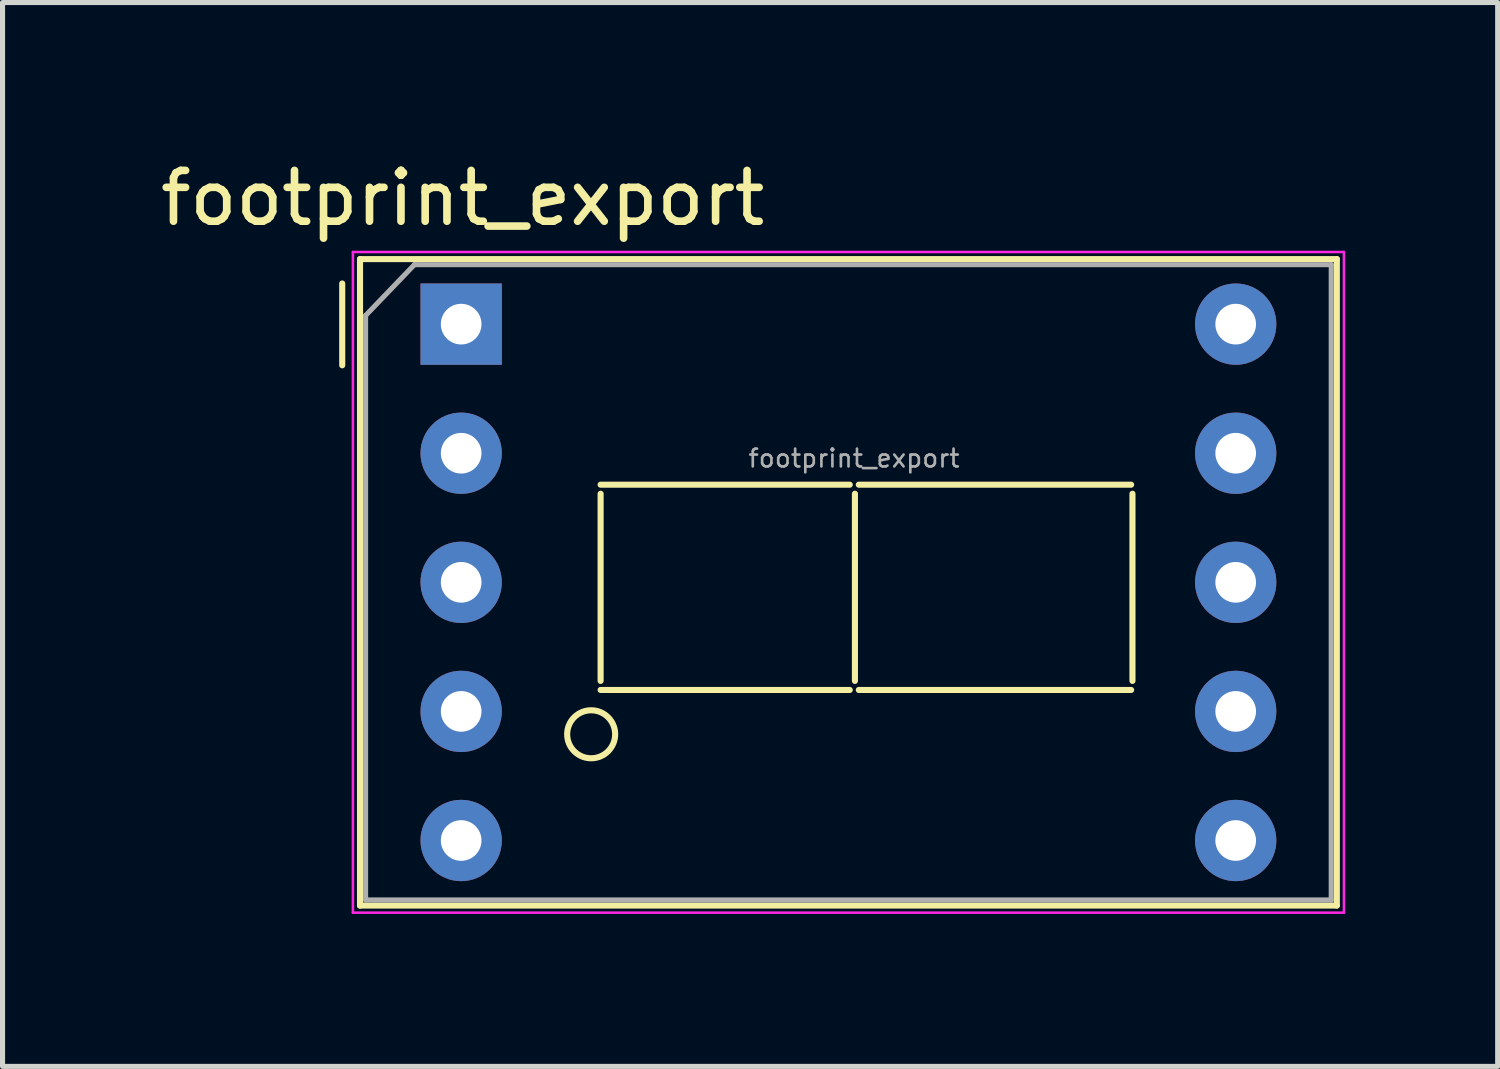
<source format=kicad_pcb>
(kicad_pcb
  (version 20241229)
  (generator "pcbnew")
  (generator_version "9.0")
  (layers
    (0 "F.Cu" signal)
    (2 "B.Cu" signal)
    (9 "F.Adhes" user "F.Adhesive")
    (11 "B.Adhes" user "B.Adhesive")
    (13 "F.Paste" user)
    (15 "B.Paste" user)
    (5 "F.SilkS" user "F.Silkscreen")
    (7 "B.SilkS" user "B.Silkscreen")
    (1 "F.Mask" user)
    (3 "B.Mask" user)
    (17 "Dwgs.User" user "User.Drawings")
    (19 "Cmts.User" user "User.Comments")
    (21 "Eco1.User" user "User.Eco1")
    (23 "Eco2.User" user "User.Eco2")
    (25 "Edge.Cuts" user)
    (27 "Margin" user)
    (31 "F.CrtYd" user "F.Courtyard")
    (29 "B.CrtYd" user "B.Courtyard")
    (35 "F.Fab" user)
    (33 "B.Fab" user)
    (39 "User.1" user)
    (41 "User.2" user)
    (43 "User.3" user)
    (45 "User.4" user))
  (footprint "footprint_export"
    (layer "F.Cu")
    (at 6.024 3.328)
    (property "Reference" "footprint_export" (at 0.03 -2.48 0) (layer "F.SilkS") (effects (font (size 1 1) (thickness 0.15))))
    (attr through_hole)
    (fp_line (start -2.34 -0.8) (end -2.34 0.81) (stroke (width 0.12) (type solid)) (layer "F.SilkS"))
    (fp_line (start -1.99 -1.28) (end -1.99 11.44) (stroke (width 0.12) (type solid)) (layer "F.SilkS"))
    (fp_line (start 2.744 3.337) (end 2.744 7.02) (stroke (width 0.12) (type solid)) (layer "F.SilkS"))
    (fp_line (start 7.646 3.159) (end 2.744 3.159) (stroke (width 0.12) (type solid)) (layer "F.SilkS"))
    (fp_line (start 7.646 7.198) (end 2.744 7.198) (stroke (width 0.12) (type solid)) (layer "F.SilkS"))
    (fp_line (start 7.748 3.337) (end 7.748 7.02) (stroke (width 0.12) (type solid)) (layer "F.SilkS"))
    (fp_line (start 13.183 3.159) (end 7.824 3.159) (stroke (width 0.12) (type solid)) (layer "F.SilkS"))
    (fp_line (start 13.183 7.198) (end 7.824 7.198) (stroke (width 0.12) (type solid)) (layer "F.SilkS"))
    (fp_line (start 13.209 3.337) (end 13.209 7.02) (stroke (width 0.12) (type solid)) (layer "F.SilkS"))
    (fp_line (start 17.23 -1.28) (end -1.99 -1.28) (stroke (width 0.12) (type solid)) (layer "F.SilkS"))
    (fp_line (start 17.23 -1.28) (end 17.23 11.44) (stroke (width 0.12) (type solid)) (layer "F.SilkS"))
    (fp_line (start 17.23 11.44) (end -1.99 11.44) (stroke (width 0.12) (type solid)) (layer "F.SilkS"))
    (fp_circle (center 2.558 8.07) (end 2.837 7.689) (stroke (width 0.12) (type solid)) (fill no) (layer "F.SilkS"))
    (fp_line (start -2.13 -1.42) (end -2.13 11.58) (stroke (width 0.05) (type solid)) (layer "F.CrtYd"))
    (fp_line (start 17.37 -1.42) (end -2.13 -1.42) (stroke (width 0.05) (type solid)) (layer "F.CrtYd"))
    (fp_line (start 17.37 -1.42) (end 17.37 11.58) (stroke (width 0.05) (type solid)) (layer "F.CrtYd"))
    (fp_line (start 17.37 11.58) (end -2.13 11.58) (stroke (width 0.05) (type solid)) (layer "F.CrtYd"))
    (fp_line (start -1.88 -0.17) (end -1.88 11.33) (stroke (width 0.1) (type solid)) (layer "F.Fab"))
    (fp_line (start -0.92 -1.17) (end -1.88 -0.17) (stroke (width 0.1) (type solid)) (layer "F.Fab"))
    (fp_line (start 17.12 -1.17) (end -0.92 -1.17) (stroke (width 0.1) (type solid)) (layer "F.Fab"))
    (fp_line (start 17.12 -1.17) (end 17.12 11.33) (stroke (width 0.1) (type solid)) (layer "F.Fab"))
    (fp_line (start 17.12 11.33) (end -1.88 11.33) (stroke (width 0.1) (type solid)) (layer "F.Fab"))
    (fp_text user "${REFERENCE}" (at 7.73 2.64 0) (layer "F.Fab") (effects (font (size 0.35 0.35) (thickness 0.052))))
    (pad "1" thru_hole rect (at 0 0 270) (size 1.6 1.6) (drill 0.8) (layers "*.Cu" "*.Mask"))
    (pad "2" thru_hole circle (at 0 2.54 270) (size 1.6 1.6) (drill 0.8) (layers "*.Cu" "*.Mask"))
    (pad "3" thru_hole circle (at 0 5.08 270) (size 1.6 1.6) (drill 0.8) (layers "*.Cu" "*.Mask"))
    (pad "4" thru_hole circle (at 0 7.62 270) (size 1.6 1.6) (drill 0.8) (layers "*.Cu" "*.Mask"))
    (pad "5" thru_hole circle (at 0 10.16 270) (size 1.6 1.6) (drill 0.8) (layers "*.Cu" "*.Mask"))
    (pad "6" thru_hole circle (at 15.24 10.16 270) (size 1.6 1.6) (drill 0.8) (layers "*.Cu" "*.Mask"))
    (pad "7" thru_hole circle (at 15.24 7.62 270) (size 1.6 1.6) (drill 0.8) (layers "*.Cu" "*.Mask"))
    (pad "8" thru_hole circle (at 15.24 5.08 270) (size 1.6 1.6) (drill 0.8) (layers "*.Cu" "*.Mask"))
    (pad "9" thru_hole circle (at 15.24 2.54 270) (size 1.6 1.6) (drill 0.8) (layers "*.Cu" "*.Mask"))
    (pad "10" thru_hole circle (at 15.24 0 270) (size 1.6 1.6) (drill 0.8) (layers "*.Cu" "*.Mask")))
  (gr_rect
    (start -3 -3)
    (end 26.419 17.933)
    (stroke (width 0.1) (type default))
    (fill no)
    (layer "Edge.Cuts")))
</source>
